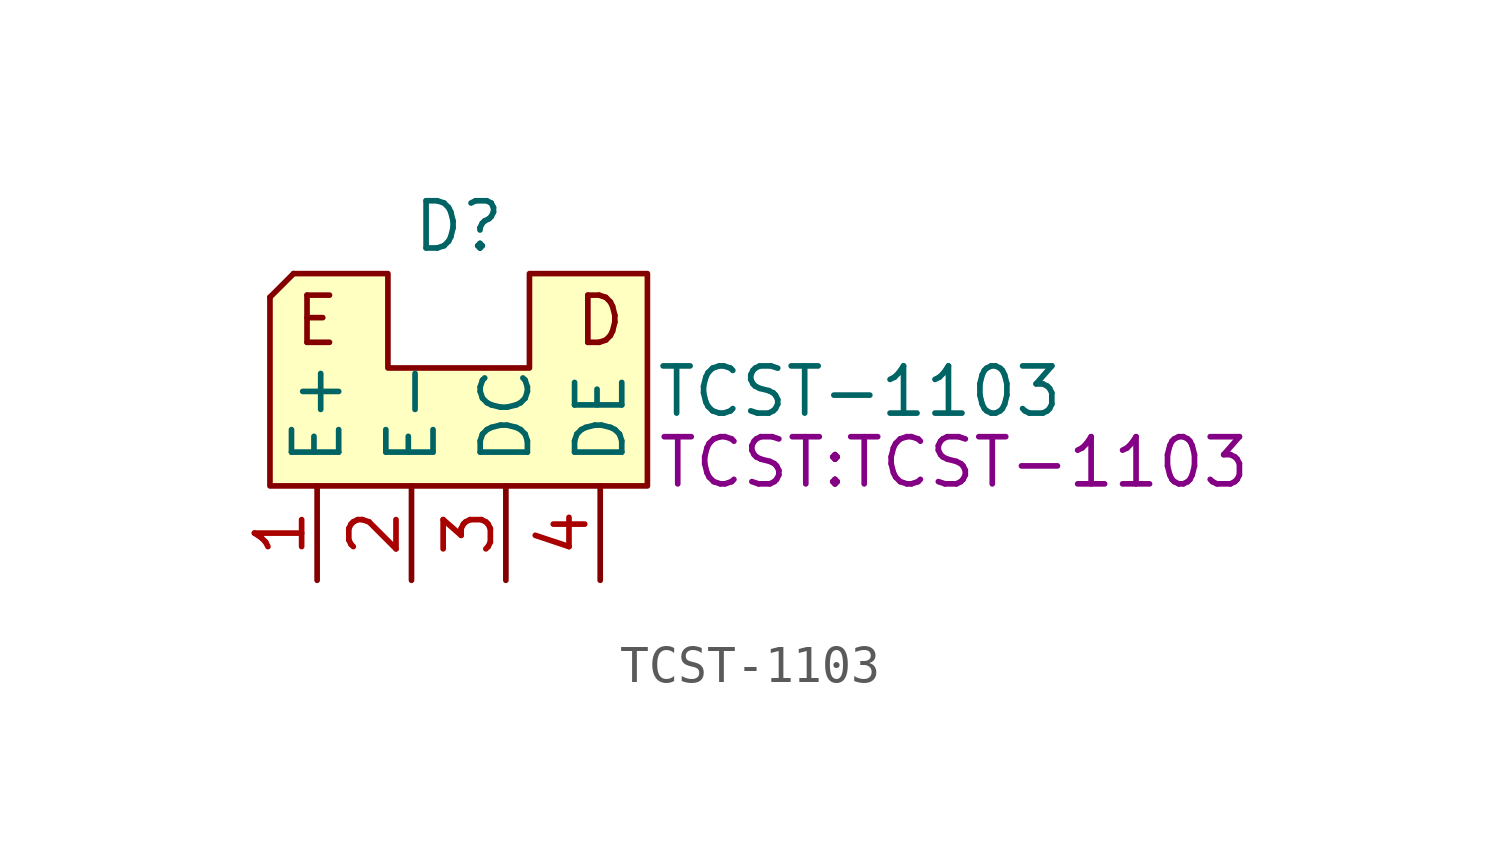
<source format=kicad_sym>
(kicad_symbol_lib
  (version 20211014)
  (generator kicad_symbol_editor)
  (symbol "TCST-1103"
    (property "Reference" "D"
      (at 0 4.445 0)
      (effects (font (size 1.27 1.27))))
    (property "Value" "TCST-1103"
      (at 10.795 0 0)
      (effects (font (size 1.27 1.27))))
    (property "Footprint" "TCST:TCST-1103"
      (at 13.335 -1.905 0)
      (effects (font (size 1.27 1.27))))
    (symbol "TCST-1103_0_0"
      (polyline (pts (xy -4.445 3.175) (xy -5.08 2.54)) (stroke (width 0.152) (type default) (color 0 0 0 0)) (fill (type none)))
      (text "D" (at 3.81 1.905 0) (effects (font (size 1.27 1.27))))
      (text "E" (at -3.81 1.905 0) (effects (font (size 1.27 1.27)))))
    (symbol "TCST-1103_0_1"
      (polyline (pts (xy -5.08 2.54) (xy -5.08 -2.54) (xy 5.08 -2.54) (xy 5.08 3.175) (xy 1.905 3.175) (xy 1.905 0.635) (xy -1.905 0.635) (xy -1.905 3.175) (xy -4.445 3.175)) (stroke (width 0.152) (type default) (color 0 0 0 0)) (fill (type background))))
    (symbol "TCST-1103_1_1"
      (pin input line (at -3.81 -5.08 90) (length 2.54) (name "E+" (effects (font (size 1.27 1.27)))) (number "1" (effects (font (size 1.27 1.27)))))
      (pin input line (at -1.27 -5.08 90) (length 2.54) (name "E-" (effects (font (size 1.27 1.27)))) (number "2" (effects (font (size 1.27 1.27)))))
      (pin input line (at 1.27 -5.08 90) (length 2.54) (name "DC" (effects (font (size 1.27 1.27)))) (number "3" (effects (font (size 1.27 1.27)))))
      (pin input line (at 3.81 -5.08 90) (length 2.54) (name "DE" (effects (font (size 1.27 1.27)))) (number "4" (effects (font (size 1.27 1.27))))))))
</source>
